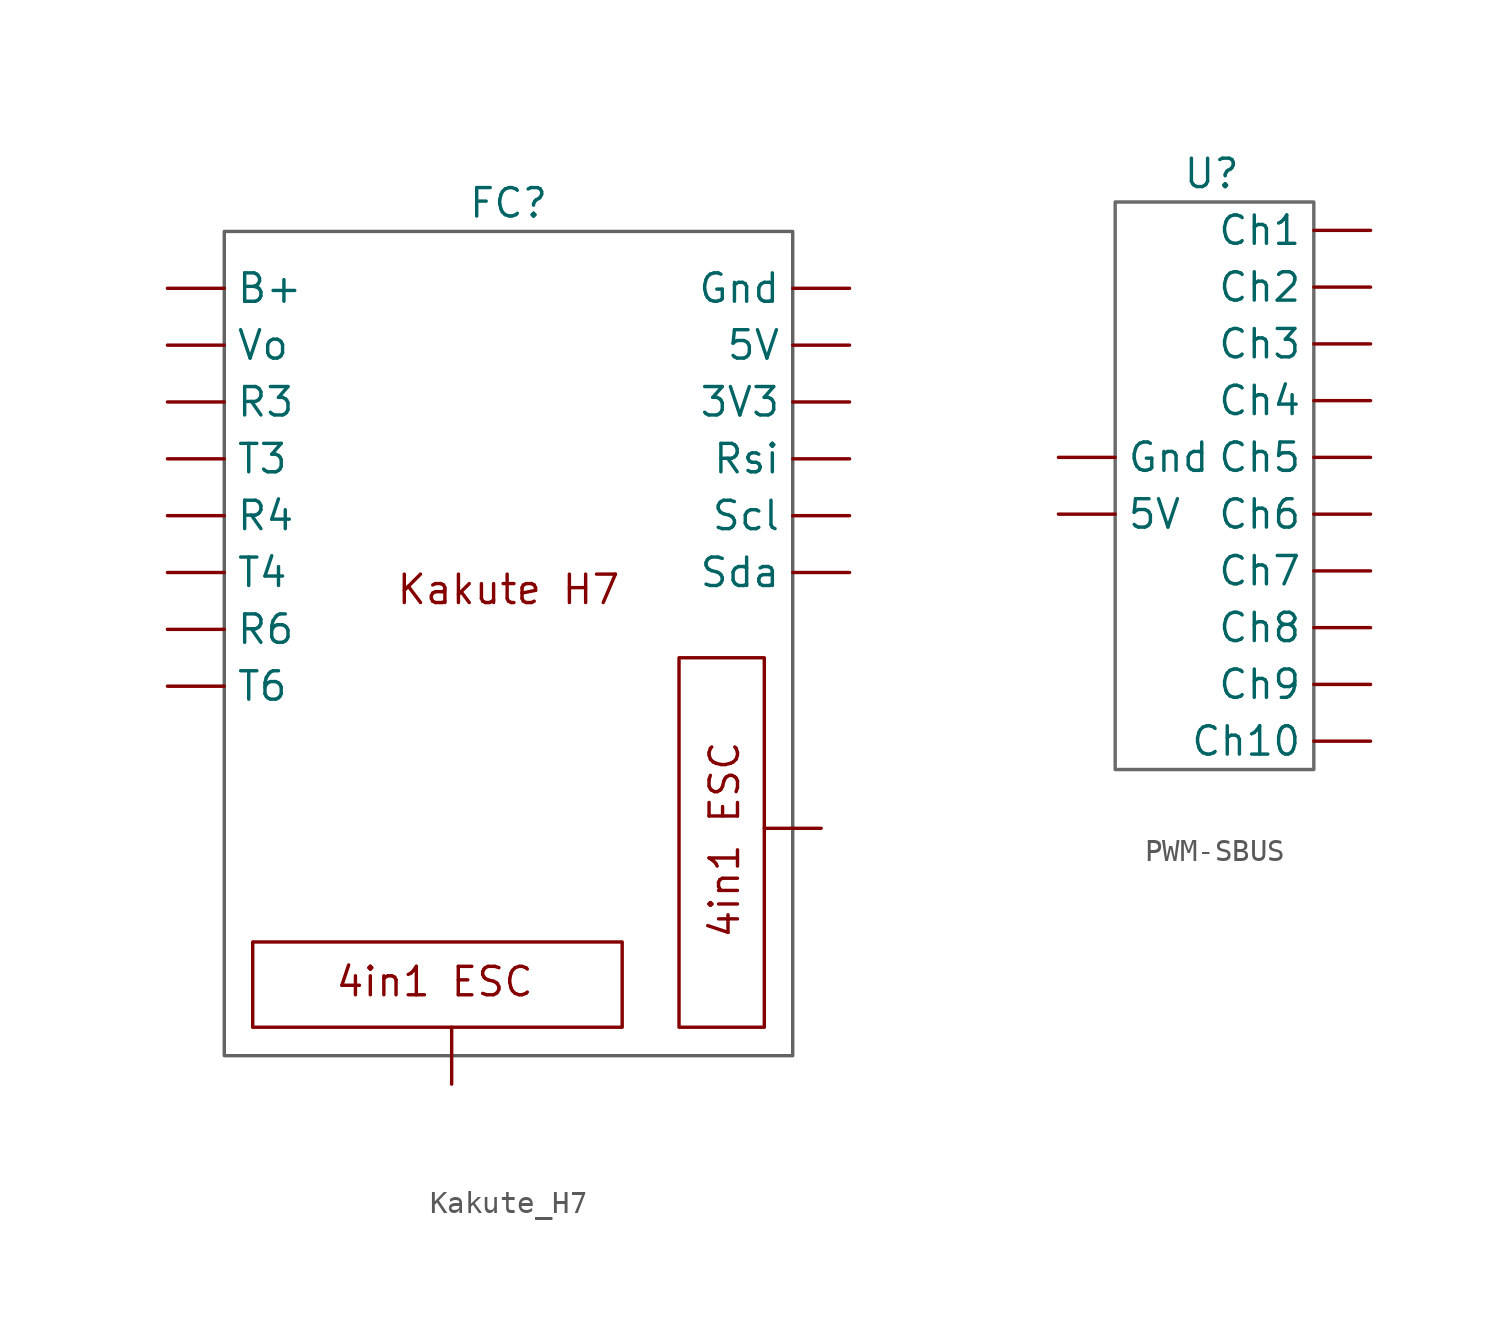
<source format=kicad_sym>
(kicad_symbol_lib
  (version 20231120)
  (generator "kicad_symbol_editor")
  (generator_version "8.0")
  (symbol "Kakute_H7"
    (property "Reference" "FC"
      (at 0 17.78 0)
      (effects (font (size 1.27 1.27))))
    (property "Value" ""
      (at 0 17.78 0)
      (effects (font (size 1.27 1.27))))
    (symbol "Kakute_H7_1_1"
      (rectangle (start -12.7 16.51) (end 12.7 -20.32) (stroke (width 0) (type default) (color 99 99 99 1)) (fill (type none)))
      (rectangle (start -11.43 -19.05) (end 5.08 -15.24) (stroke (width 0) (type default)) (fill (type none)))
      (rectangle (start 7.62 -2.54) (end 11.43 -19.05) (stroke (width 0) (type default)) (fill (type none)))
      (text "4in1 ESC" (at -3.302 -17.018 0) (effects (font (size 1.27 1.27))))
      (text "4in1 ESC" (at 9.652 -10.668 900) (effects (font (size 1.27 1.27))))
      (text "Kakute H7" (at 0 0.508 0) (effects (font (size 1.27 1.27))))
      (pin input line (at -2.54 -21.59 90) (length 2.54) (name "" (effects (font (size 1.27 1.27)))) (number "" (effects (font (size 1.27 1.27)))))
      (pin input line (at 13.97 -10.16 180) (length 2.54) (name "" (effects (font (size 1.27 1.27)))) (number "" (effects (font (size 1.27 1.27)))))
      (pin input line (at 15.24 8.89 180) (length 2.54) (name "3V3" (effects (font (size 1.27 1.27)))) (number "" (effects (font (size 1.27 1.27)))))
      (pin input line (at 15.24 11.43 180) (length 2.54) (name "5V" (effects (font (size 1.27 1.27)))) (number "" (effects (font (size 1.27 1.27)))))
      (pin input line (at -15.24 13.97 0) (length 2.54) (name "B+" (effects (font (size 1.27 1.27)))) (number "" (effects (font (size 1.27 1.27)))))
      (pin input line (at 15.24 13.97 180) (length 2.54) (name "Gnd" (effects (font (size 1.27 1.27)))) (number "" (effects (font (size 1.27 1.27)))))
      (pin input line (at -15.24 8.89 0) (length 2.54) (name "R3" (effects (font (size 1.27 1.27)))) (number "" (effects (font (size 1.27 1.27)))))
      (pin input line (at -15.24 3.81 0) (length 2.54) (name "R4" (effects (font (size 1.27 1.27)))) (number "" (effects (font (size 1.27 1.27)))))
      (pin input line (at -15.24 -1.27 0) (length 2.54) (name "R6" (effects (font (size 1.27 1.27)))) (number "" (effects (font (size 1.27 1.27)))))
      (pin input line (at 15.24 6.35 180) (length 2.54) (name "Rsi" (effects (font (size 1.27 1.27)))) (number "" (effects (font (size 1.27 1.27)))))
      (pin input line (at 15.24 3.81 180) (length 2.54) (name "Scl" (effects (font (size 1.27 1.27)))) (number "" (effects (font (size 1.27 1.27)))))
      (pin input line (at 15.24 1.27 180) (length 2.54) (name "Sda" (effects (font (size 1.27 1.27)))) (number "" (effects (font (size 1.27 1.27)))))
      (pin input line (at -15.24 6.35 0) (length 2.54) (name "T3" (effects (font (size 1.27 1.27)))) (number "" (effects (font (size 1.27 1.27)))))
      (pin input line (at -15.24 1.27 0) (length 2.54) (name "T4" (effects (font (size 1.27 1.27)))) (number "" (effects (font (size 1.27 1.27)))))
      (pin input line (at -15.24 -3.81 0) (length 2.54) (name "T6" (effects (font (size 1.27 1.27)))) (number "" (effects (font (size 1.27 1.27)))))
      (pin input line (at -15.24 11.43 0) (length 2.54) (name "Vo" (effects (font (size 1.27 1.27)))) (number "" (effects (font (size 1.27 1.27)))))))
  (symbol "PWM-SBUS"
    (property "Reference" "U"
      (at -0.762 13.97 0)
      (effects (font (size 1.27 1.27))))
    (property "Value" ""
      (at -5.08 13.97 0)
      (effects (font (size 1.27 1.27))))
    (symbol "PWM-SBUS_1_1"
      (rectangle (start -5.08 12.7) (end 3.81 -12.7) (stroke (width 0) (type default) (color 106 106 106 1)) (fill (type none)))
      (pin input line (at -7.62 -1.27 0) (length 2.54) (name "5V" (effects (font (size 1.27 1.27)))) (number "" (effects (font (size 1.27 1.27)))))
      (pin input line (at 6.35 11.43 180) (length 2.54) (name "Ch1" (effects (font (size 1.27 1.27)))) (number "" (effects (font (size 1.27 1.27)))))
      (pin output line (at 6.35 -11.43 180) (length 2.54) (name "Ch10" (effects (font (size 1.27 1.27)))) (number "" (effects (font (size 1.27 1.27)))))
      (pin input line (at 6.35 8.89 180) (length 2.54) (name "Ch2" (effects (font (size 1.27 1.27)))) (number "" (effects (font (size 1.27 1.27)))))
      (pin input line (at 6.35 6.35 180) (length 2.54) (name "Ch3" (effects (font (size 1.27 1.27)))) (number "" (effects (font (size 1.27 1.27)))))
      (pin input line (at 6.35 3.81 180) (length 2.54) (name "Ch4" (effects (font (size 1.27 1.27)))) (number "" (effects (font (size 1.27 1.27)))))
      (pin input line (at 6.35 1.27 180) (length 2.54) (name "Ch5" (effects (font (size 1.27 1.27)))) (number "" (effects (font (size 1.27 1.27)))))
      (pin input line (at 6.35 -1.27 180) (length 2.54) (name "Ch6" (effects (font (size 1.27 1.27)))) (number "" (effects (font (size 1.27 1.27)))))
      (pin input line (at 6.35 -3.81 180) (length 2.54) (name "Ch7" (effects (font (size 1.27 1.27)))) (number "" (effects (font (size 1.27 1.27)))))
      (pin input line (at 6.35 -6.35 180) (length 2.54) (name "Ch8" (effects (font (size 1.27 1.27)))) (number "" (effects (font (size 1.27 1.27)))))
      (pin input line (at 6.35 -8.89 180) (length 2.54) (name "Ch9" (effects (font (size 1.27 1.27)))) (number "" (effects (font (size 1.27 1.27)))))
      (pin input line (at -7.62 1.27 0) (length 2.54) (name "Gnd" (effects (font (size 1.27 1.27)))) (number "" (effects (font (size 1.27 1.27))))))))
</source>
